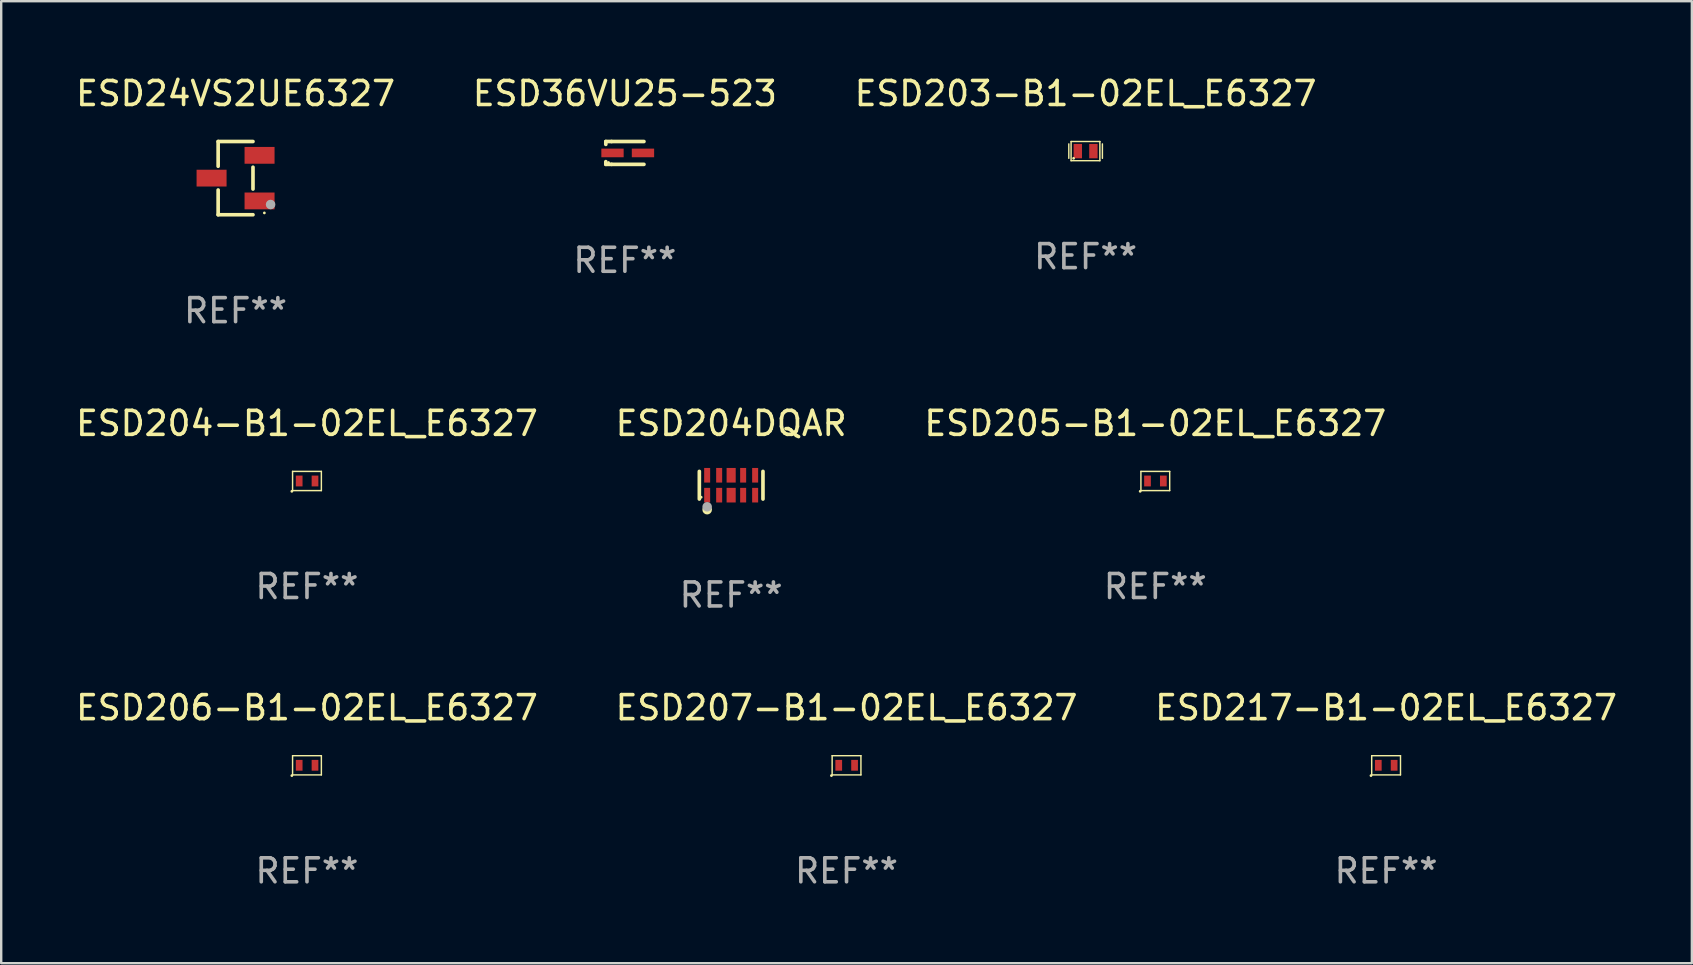
<source format=kicad_pcb>
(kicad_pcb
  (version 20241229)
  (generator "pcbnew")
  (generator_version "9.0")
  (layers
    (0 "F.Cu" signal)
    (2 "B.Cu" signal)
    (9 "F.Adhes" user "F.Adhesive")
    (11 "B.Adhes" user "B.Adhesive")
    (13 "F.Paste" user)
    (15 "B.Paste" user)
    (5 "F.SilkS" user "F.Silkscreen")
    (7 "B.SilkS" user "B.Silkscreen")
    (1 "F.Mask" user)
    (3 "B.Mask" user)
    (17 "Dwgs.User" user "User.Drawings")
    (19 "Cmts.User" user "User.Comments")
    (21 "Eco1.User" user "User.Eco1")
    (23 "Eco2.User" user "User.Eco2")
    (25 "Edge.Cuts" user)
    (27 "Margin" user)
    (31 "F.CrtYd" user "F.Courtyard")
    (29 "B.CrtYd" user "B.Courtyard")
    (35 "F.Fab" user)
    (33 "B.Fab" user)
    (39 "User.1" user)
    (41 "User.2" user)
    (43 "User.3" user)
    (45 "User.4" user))
  (footprint "ESD206-B1-02EL_E6327"
    (layer "F.Cu")
    (at 9.744 28.846)
    (property "Reference" "ESD206-B1-02EL_E6327" (at 0 -2.4 0) (layer "F.SilkS") (effects (font (size 1 1) (thickness 0.15))))
    (attr through_hole)
    (fp_line (start -0.6 -0.4) (end 0.6 -0.4) (stroke (width 0.06) (type solid)) (layer "F.SilkS"))
    (fp_line (start -0.6 0.4) (end -0.6 -0.4) (stroke (width 0.06) (type solid)) (layer "F.SilkS"))
    (fp_line (start 0.6 -0.4) (end 0.6 0.4) (stroke (width 0.06) (type solid)) (layer "F.SilkS"))
    (fp_line (start 0.6 0.4) (end -0.6 0.4) (stroke (width 0.06) (type solid)) (layer "F.SilkS"))
    (fp_circle (center -0.63 0.43) (end -0.6 0.43) (stroke (width 0.06) (type solid)) (fill no) (layer "F.SilkS"))
    (fp_text user "REF**" (at 0 4.4 0) (layer "F.Fab") (effects (font (size 1 1) (thickness 0.15))))
    (pad "1" smd rect (at -0.325 0) (size 0.28 0.45) (layers "F.Cu" "F.Mask" "F.Paste"))
    (pad "2" smd rect (at 0.335 0) (size 0.28 0.45) (layers "F.Cu" "F.Mask" "F.Paste")))
  (footprint "ESD24VS2UE6327"
    (layer "F.Cu")
    (at 6.768 4.374)
    (property "Reference" "ESD24VS2UE6327" (at 0 -3.526 0) (layer "F.SilkS") (effects (font (size 1 1) (thickness 0.15))))
    (attr through_hole)
    (fp_line (start -0.726 -1.526) (end -0.726 -0.495) (stroke (width 0.152) (type solid)) (layer "F.SilkS"))
    (fp_line (start -0.726 1.526) (end -0.726 0.495) (stroke (width 0.152) (type solid)) (layer "F.SilkS"))
    (fp_line (start 0.726 -1.526) (end -0.726 -1.526) (stroke (width 0.152) (type solid)) (layer "F.SilkS"))
    (fp_line (start 0.726 -0.455) (end 0.726 0.455) (stroke (width 0.152) (type solid)) (layer "F.SilkS"))
    (fp_line (start 0.726 1.526) (end -0.726 1.526) (stroke (width 0.152) (type solid)) (layer "F.SilkS"))
    (fp_circle (center 1.2 1.45) (end 1.23 1.45) (stroke (width 0.06) (type solid)) (fill no) (layer "F.SilkS"))
    (fp_circle (center 1.46 1.1) (end 1.56 1.1) (stroke (width 0.2) (type solid)) (fill no) (layer "F.Fab"))
    (fp_text user "REF**" (at 0 5.526 0) (layer "F.Fab") (effects (font (size 1 1) (thickness 0.15))))
    (pad "1" smd rect (at 1 0.95) (size 1.25 0.7) (layers "F.Cu" "F.Mask" "F.Paste"))
    (pad "2" smd rect (at 1 -0.95) (size 1.25 0.7) (layers "F.Cu" "F.Mask" "F.Paste"))
    (pad "3" smd rect (at -1 0) (size 1.25 0.7) (layers "F.Cu" "F.Mask" "F.Paste")))
  (footprint "ESD205-B1-02EL_E6327"
    (layer "F.Cu")
    (at 45.101 16.997)
    (property "Reference" "ESD205-B1-02EL_E6327" (at 0 -2.4 0) (layer "F.SilkS") (effects (font (size 1 1) (thickness 0.15))))
    (attr through_hole)
    (fp_line (start -0.6 -0.4) (end 0.6 -0.4) (stroke (width 0.06) (type solid)) (layer "F.SilkS"))
    (fp_line (start -0.6 0.4) (end -0.6 -0.4) (stroke (width 0.06) (type solid)) (layer "F.SilkS"))
    (fp_line (start 0.6 -0.4) (end 0.6 0.4) (stroke (width 0.06) (type solid)) (layer "F.SilkS"))
    (fp_line (start 0.6 0.4) (end -0.6 0.4) (stroke (width 0.06) (type solid)) (layer "F.SilkS"))
    (fp_circle (center -0.63 0.43) (end -0.6 0.43) (stroke (width 0.06) (type solid)) (fill no) (layer "F.SilkS"))
    (fp_text user "REF**" (at 0 4.4 0) (layer "F.Fab") (effects (font (size 1 1) (thickness 0.15))))
    (pad "1" smd rect (at -0.325 0) (size 0.28 0.45) (layers "F.Cu" "F.Mask" "F.Paste"))
    (pad "2" smd rect (at 0.335 0) (size 0.28 0.45) (layers "F.Cu" "F.Mask" "F.Paste")))
  (footprint "ESD207-B1-02EL_E6327"
    (layer "F.Cu")
    (at 32.232 28.846)
    (property "Reference" "ESD207-B1-02EL_E6327" (at 0 -2.4 0) (layer "F.SilkS") (effects (font (size 1 1) (thickness 0.15))))
    (attr through_hole)
    (fp_line (start -0.6 -0.4) (end 0.6 -0.4) (stroke (width 0.06) (type solid)) (layer "F.SilkS"))
    (fp_line (start -0.6 0.4) (end -0.6 -0.4) (stroke (width 0.06) (type solid)) (layer "F.SilkS"))
    (fp_line (start 0.6 -0.4) (end 0.6 0.4) (stroke (width 0.06) (type solid)) (layer "F.SilkS"))
    (fp_line (start 0.6 0.4) (end -0.6 0.4) (stroke (width 0.06) (type solid)) (layer "F.SilkS"))
    (fp_circle (center -0.63 0.43) (end -0.6 0.43) (stroke (width 0.06) (type solid)) (fill no) (layer "F.SilkS"))
    (fp_text user "REF**" (at 0 4.4 0) (layer "F.Fab") (effects (font (size 1 1) (thickness 0.15))))
    (pad "1" smd rect (at -0.325 0) (size 0.28 0.45) (layers "F.Cu" "F.Mask" "F.Paste"))
    (pad "2" smd rect (at 0.335 0) (size 0.28 0.45) (layers "F.Cu" "F.Mask" "F.Paste")))
  (footprint "ESD36VU25-523"
    (layer "F.Cu")
    (at 22.994 3.324)
    (property "Reference" "ESD36VU25-523" (at 0 -2.476 0) (layer "F.SilkS") (effects (font (size 1 1) (thickness 0.15))))
    (attr through_hole)
    (fp_line (start -0.795 -0.476) (end -0.795 -0.356) (stroke (width 0.152) (type solid)) (layer "F.SilkS"))
    (fp_line (start -0.795 0.363) (end -0.795 0.476) (stroke (width 0.152) (type solid)) (layer "F.SilkS"))
    (fp_line (start -0.795 0.476) (end -0.557 0.476) (stroke (width 0.152) (type solid)) (layer "F.SilkS"))
    (fp_line (start -0.557 -0.476) (end -0.795 -0.476) (stroke (width 0.152) (type solid)) (layer "F.SilkS"))
    (fp_line (start -0.557 -0.476) (end 0.795 -0.476) (stroke (width 0.152) (type solid)) (layer "F.SilkS"))
    (fp_line (start -0.557 0.476) (end 0.795 0.476) (stroke (width 0.152) (type solid)) (layer "F.SilkS"))
    (fp_circle (center -0.681 0.4) (end -0.651 0.4) (stroke (width 0.06) (type solid)) (fill no) (layer "F.SilkS"))
    (fp_text user "REF**" (at 0 4.476 0) (layer "F.Fab") (effects (font (size 1 1) (thickness 0.15))))
    (pad "1" smd rect (at -0.516 0 180) (size 0.93 0.36) (layers "F.Cu" "F.Mask" "F.Paste"))
    (pad "2" smd rect (at 0.754 0 180) (size 0.93 0.36) (layers "F.Cu" "F.Mask" "F.Paste")))
  (footprint "ESD203-B1-02EL_E6327"
    (layer "F.Cu")
    (at 42.196 3.248)
    (property "Reference" "ESD203-B1-02EL_E6327" (at 0 -2.4 0) (layer "F.SilkS") (effects (font (size 1 1) (thickness 0.15))))
    (attr through_hole)
    (fp_line (start -0.7 -0.3) (end -0.7 0.3) (stroke (width 0.06) (type solid)) (layer "F.SilkS"))
    (fp_line (start -0.605 -0.4) (end 0.595 -0.4) (stroke (width 0.06) (type solid)) (layer "F.SilkS"))
    (fp_line (start -0.605 0.4) (end -0.605 -0.4) (stroke (width 0.06) (type solid)) (layer "F.SilkS"))
    (fp_line (start 0.595 -0.4) (end 0.595 0.4) (stroke (width 0.06) (type solid)) (layer "F.SilkS"))
    (fp_line (start 0.595 0.4) (end -0.605 0.4) (stroke (width 0.06) (type solid)) (layer "F.SilkS"))
    (fp_line (start 0.7 -0.3) (end 0.7 0.3) (stroke (width 0.06) (type solid)) (layer "F.SilkS"))
    (fp_circle (center -0.5 0.3) (end -0.47 0.3) (stroke (width 0.06) (type solid)) (fill no) (layer "F.SilkS"))
    (fp_text user "REF**" (at 0 4.4 0) (layer "F.Fab") (effects (font (size 1 1) (thickness 0.15))))
    (pad "1" smd rect (at -0.325 0) (size 0.35 0.6) (layers "F.Cu" "F.Mask" "F.Paste"))
    (pad "2" smd rect (at 0.325 0) (size 0.35 0.6) (layers "F.Cu" "F.Mask" "F.Paste")))
  (footprint "ESD204DQAR"
    (layer "F.Cu")
    (at 27.423 17.173)
    (property "Reference" "ESD204DQAR" (at 0 -2.576 0) (layer "F.SilkS") (effects (font (size 1 1) (thickness 0.15))))
    (attr through_hole)
    (fp_line (start -1.326 0.576) (end -1.326 -0.576) (stroke (width 0.152) (type solid)) (layer "F.SilkS"))
    (fp_line (start 1.326 -0.576) (end 1.326 0.576) (stroke (width 0.152) (type solid)) (layer "F.SilkS"))
    (fp_circle (center -1.25 0.5) (end -1.22 0.5) (stroke (width 0.06) (type solid)) (fill no) (layer "F.SilkS"))
    (fp_circle (center -1 1.019) (end -0.9 1.019) (stroke (width 0.2) (type solid)) (fill no) (layer "F.SilkS"))
    (fp_circle (center -1 0.9) (end -0.9 0.9) (stroke (width 0.2) (type solid)) (fill no) (layer "F.Fab"))
    (fp_text user "REF**" (at 0 4.576 0) (layer "F.Fab") (effects (font (size 1 1) (thickness 0.15))))
    (pad "1" smd rect (at -1 0.415) (size 0.25 0.609) (layers "F.Cu" "F.Mask" "F.Paste"))
    (pad "2" smd rect (at -0.5 0.415) (size 0.25 0.609) (layers "F.Cu" "F.Mask" "F.Paste"))
    (pad "3" smd rect (at 0 0.415) (size 0.38 0.609) (layers "F.Cu" "F.Mask" "F.Paste"))
    (pad "4" smd rect (at 0.5 0.415) (size 0.25 0.609) (layers "F.Cu" "F.Mask" "F.Paste"))
    (pad "5" smd rect (at 1 0.415) (size 0.25 0.609) (layers "F.Cu" "F.Mask" "F.Paste"))
    (pad "6" smd rect (at 1 -0.415) (size 0.25 0.609) (layers "F.Cu" "F.Mask" "F.Paste"))
    (pad "7" smd rect (at 0.5 -0.415) (size 0.25 0.609) (layers "F.Cu" "F.Mask" "F.Paste"))
    (pad "8" smd rect (at 0 -0.415) (size 0.38 0.609) (layers "F.Cu" "F.Mask" "F.Paste"))
    (pad "9" smd rect (at -0.5 -0.415) (size 0.25 0.609) (layers "F.Cu" "F.Mask" "F.Paste"))
    (pad "10" smd rect (at -1 -0.415) (size 0.25 0.609) (layers "F.Cu" "F.Mask" "F.Paste")))
  (footprint "ESD217-B1-02EL_E6327"
    (layer "F.Cu")
    (at 54.72 28.846)
    (property "Reference" "ESD217-B1-02EL_E6327" (at 0 -2.4 0) (layer "F.SilkS") (effects (font (size 1 1) (thickness 0.15))))
    (attr through_hole)
    (fp_line (start -0.6 -0.4) (end 0.6 -0.4) (stroke (width 0.06) (type solid)) (layer "F.SilkS"))
    (fp_line (start -0.6 0.4) (end -0.6 -0.4) (stroke (width 0.06) (type solid)) (layer "F.SilkS"))
    (fp_line (start 0.6 -0.4) (end 0.6 0.4) (stroke (width 0.06) (type solid)) (layer "F.SilkS"))
    (fp_line (start 0.6 0.4) (end -0.6 0.4) (stroke (width 0.06) (type solid)) (layer "F.SilkS"))
    (fp_circle (center -0.63 0.43) (end -0.6 0.43) (stroke (width 0.06) (type solid)) (fill no) (layer "F.SilkS"))
    (fp_text user "REF**" (at 0 4.4 0) (layer "F.Fab") (effects (font (size 1 1) (thickness 0.15))))
    (pad "1" smd rect (at -0.325 0) (size 0.28 0.45) (layers "F.Cu" "F.Mask" "F.Paste"))
    (pad "2" smd rect (at 0.335 0) (size 0.28 0.45) (layers "F.Cu" "F.Mask" "F.Paste")))
  (footprint "ESD204-B1-02EL_E6327"
    (layer "F.Cu")
    (at 9.744 16.997)
    (property "Reference" "ESD204-B1-02EL_E6327" (at 0 -2.4 0) (layer "F.SilkS") (effects (font (size 1 1) (thickness 0.15))))
    (attr through_hole)
    (fp_line (start -0.6 -0.4) (end 0.6 -0.4) (stroke (width 0.06) (type solid)) (layer "F.SilkS"))
    (fp_line (start -0.6 0.4) (end -0.6 -0.4) (stroke (width 0.06) (type solid)) (layer "F.SilkS"))
    (fp_line (start 0.6 -0.4) (end 0.6 0.4) (stroke (width 0.06) (type solid)) (layer "F.SilkS"))
    (fp_line (start 0.6 0.4) (end -0.6 0.4) (stroke (width 0.06) (type solid)) (layer "F.SilkS"))
    (fp_circle (center -0.63 0.43) (end -0.6 0.43) (stroke (width 0.06) (type solid)) (fill no) (layer "F.SilkS"))
    (fp_text user "REF**" (at 0 4.4 0) (layer "F.Fab") (effects (font (size 1 1) (thickness 0.15))))
    (pad "1" smd rect (at -0.325 0) (size 0.28 0.45) (layers "F.Cu" "F.Mask" "F.Paste"))
    (pad "2" smd rect (at 0.335 0) (size 0.28 0.45) (layers "F.Cu" "F.Mask" "F.Paste")))
  (gr_rect
    (start -3 -3)
    (end 67.464 37.094)
    (stroke (width 0.1) (type default))
    (fill no)
    (layer "Edge.Cuts")))
</source>
